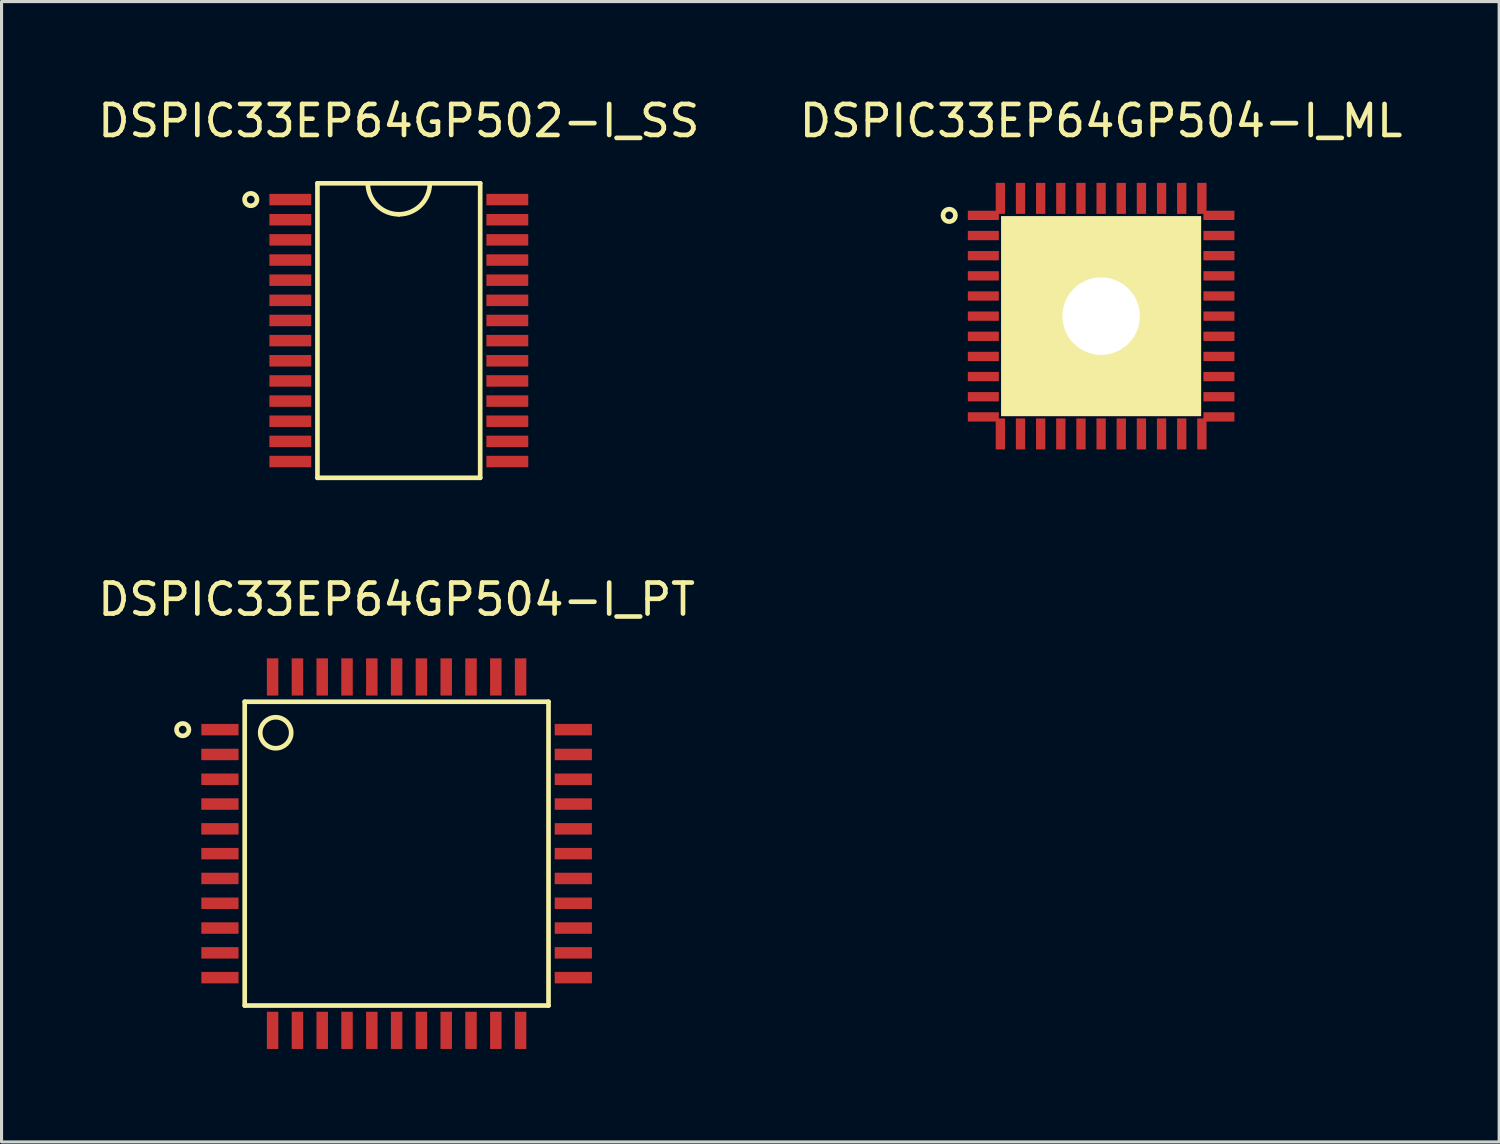
<source format=kicad_pcb>
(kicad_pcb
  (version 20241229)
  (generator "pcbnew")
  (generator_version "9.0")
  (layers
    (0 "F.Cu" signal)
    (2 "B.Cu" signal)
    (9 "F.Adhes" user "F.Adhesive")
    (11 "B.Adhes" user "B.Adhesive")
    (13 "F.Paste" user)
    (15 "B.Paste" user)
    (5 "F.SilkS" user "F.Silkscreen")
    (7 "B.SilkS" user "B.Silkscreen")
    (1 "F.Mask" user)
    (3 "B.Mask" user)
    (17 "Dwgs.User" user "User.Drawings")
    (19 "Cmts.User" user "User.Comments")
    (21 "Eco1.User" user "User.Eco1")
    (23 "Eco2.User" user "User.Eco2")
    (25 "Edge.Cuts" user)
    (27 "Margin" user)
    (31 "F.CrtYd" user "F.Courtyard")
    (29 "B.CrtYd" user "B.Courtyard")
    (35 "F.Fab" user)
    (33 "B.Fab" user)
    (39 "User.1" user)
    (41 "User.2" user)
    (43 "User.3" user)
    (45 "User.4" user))
  (footprint "DSPIC33EP64GP504-I_PT"
    (layer "F.Cu")
    (at 4.044 18.787)
    (property "Reference" "DSPIC33EP64GP504-I_PT" (at 5.7 -2.5 0) (layer "F.SilkS") (effects (font (size 1 1) (thickness 0.15))))
    (attr through_hole)
    (fp_line (start 0.8 0.8) (end 0.8 10.6) (stroke (width 0.15) (type solid)) (layer "F.SilkS"))
    (fp_line (start 0.8 0.8) (end 10.6 0.8) (stroke (width 0.15) (type solid)) (layer "F.SilkS"))
    (fp_line (start 0.8 10.6) (end 10.6 10.6) (stroke (width 0.15) (type solid)) (layer "F.SilkS"))
    (fp_line (start 10.6 10.6) (end 10.6 0.8) (stroke (width 0.15) (type solid)) (layer "F.SilkS"))
    (fp_circle (center -1.2 1.7) (end -1.2 1.5) (stroke (width 0.15) (type solid)) (fill no) (layer "F.SilkS"))
    (fp_circle (center 1.8 1.8) (end 1.8 1.3) (stroke (width 0.15) (type solid)) (fill no) (layer "F.SilkS"))
    (pad "1" smd rect (at 0 1.7) (size 1.2 0.37) (layers "F.Cu" "F.Mask" "F.Paste"))
    (pad "2" smd rect (at 0 2.5) (size 1.2 0.37) (layers "F.Cu" "F.Mask" "F.Paste"))
    (pad "3" smd rect (at 0 3.3) (size 1.2 0.37) (layers "F.Cu" "F.Mask" "F.Paste"))
    (pad "4" smd rect (at 0 4.1) (size 1.2 0.37) (layers "F.Cu" "F.Mask" "F.Paste"))
    (pad "5" smd rect (at 0 4.9) (size 1.2 0.37) (layers "F.Cu" "F.Mask" "F.Paste"))
    (pad "6" smd rect (at 0 5.7) (size 1.2 0.37) (layers "F.Cu" "F.Mask" "F.Paste"))
    (pad "7" smd rect (at 0 6.5) (size 1.2 0.37) (layers "F.Cu" "F.Mask" "F.Paste"))
    (pad "8" smd rect (at 0 7.3) (size 1.2 0.37) (layers "F.Cu" "F.Mask" "F.Paste"))
    (pad "9" smd rect (at 0 8.1) (size 1.2 0.37) (layers "F.Cu" "F.Mask" "F.Paste"))
    (pad "10" smd rect (at 0 8.9) (size 1.2 0.37) (layers "F.Cu" "F.Mask" "F.Paste"))
    (pad "11" smd rect (at 0 9.7) (size 1.2 0.37) (layers "F.Cu" "F.Mask" "F.Paste"))
    (pad "12" smd rect (at 1.7 11.4) (size 0.37 1.2) (layers "F.Cu" "F.Mask" "F.Paste"))
    (pad "13" smd rect (at 2.5 11.4) (size 0.37 1.2) (layers "F.Cu" "F.Mask" "F.Paste"))
    (pad "14" smd rect (at 3.3 11.4) (size 0.37 1.2) (layers "F.Cu" "F.Mask" "F.Paste"))
    (pad "15" smd rect (at 4.1 11.4) (size 0.37 1.2) (layers "F.Cu" "F.Mask" "F.Paste"))
    (pad "16" smd rect (at 4.9 11.4) (size 0.37 1.2) (layers "F.Cu" "F.Mask" "F.Paste"))
    (pad "17" smd rect (at 5.7 11.4) (size 0.37 1.2) (layers "F.Cu" "F.Mask" "F.Paste"))
    (pad "18" smd rect (at 6.5 11.4) (size 0.37 1.2) (layers "F.Cu" "F.Mask" "F.Paste"))
    (pad "19" smd rect (at 7.3 11.4) (size 0.37 1.2) (layers "F.Cu" "F.Mask" "F.Paste"))
    (pad "20" smd rect (at 8.1 11.4) (size 0.37 1.2) (layers "F.Cu" "F.Mask" "F.Paste"))
    (pad "21" smd rect (at 8.9 11.4) (size 0.37 1.2) (layers "F.Cu" "F.Mask" "F.Paste"))
    (pad "22" smd rect (at 9.7 11.4) (size 0.37 1.2) (layers "F.Cu" "F.Mask" "F.Paste"))
    (pad "23" smd rect (at 11.4 9.7) (size 1.2 0.37) (layers "F.Cu" "F.Mask" "F.Paste"))
    (pad "24" smd rect (at 11.4 8.9) (size 1.2 0.37) (layers "F.Cu" "F.Mask" "F.Paste"))
    (pad "25" smd rect (at 11.4 8.1) (size 1.2 0.37) (layers "F.Cu" "F.Mask" "F.Paste"))
    (pad "26" smd rect (at 11.4 7.3) (size 1.2 0.37) (layers "F.Cu" "F.Mask" "F.Paste"))
    (pad "27" smd rect (at 11.4 6.5) (size 1.2 0.37) (layers "F.Cu" "F.Mask" "F.Paste"))
    (pad "28" smd rect (at 11.4 5.7) (size 1.2 0.37) (layers "F.Cu" "F.Mask" "F.Paste"))
    (pad "29" smd rect (at 11.4 4.9) (size 1.2 0.37) (layers "F.Cu" "F.Mask" "F.Paste"))
    (pad "30" smd rect (at 11.4 4.1) (size 1.2 0.37) (layers "F.Cu" "F.Mask" "F.Paste"))
    (pad "31" smd rect (at 11.4 3.3) (size 1.2 0.37) (layers "F.Cu" "F.Mask" "F.Paste"))
    (pad "32" smd rect (at 11.4 2.5) (size 1.2 0.37) (layers "F.Cu" "F.Mask" "F.Paste"))
    (pad "33" smd rect (at 11.4 1.7) (size 1.2 0.37) (layers "F.Cu" "F.Mask" "F.Paste"))
    (pad "34" smd rect (at 9.7 0) (size 0.37 1.2) (layers "F.Cu" "F.Mask" "F.Paste"))
    (pad "35" smd rect (at 8.9 0) (size 0.37 1.2) (layers "F.Cu" "F.Mask" "F.Paste"))
    (pad "36" smd rect (at 8.1 0) (size 0.37 1.2) (layers "F.Cu" "F.Mask" "F.Paste"))
    (pad "37" smd rect (at 7.3 0) (size 0.37 1.2) (layers "F.Cu" "F.Mask" "F.Paste"))
    (pad "38" smd rect (at 6.5 0) (size 0.37 1.2) (layers "F.Cu" "F.Mask" "F.Paste"))
    (pad "39" smd rect (at 5.7 0) (size 0.37 1.2) (layers "F.Cu" "F.Mask" "F.Paste"))
    (pad "40" smd rect (at 4.9 0) (size 0.37 1.2) (layers "F.Cu" "F.Mask" "F.Paste"))
    (pad "41" smd rect (at 4.1 0) (size 0.37 1.2) (layers "F.Cu" "F.Mask" "F.Paste"))
    (pad "42" smd rect (at 3.3 0) (size 0.37 1.2) (layers "F.Cu" "F.Mask" "F.Paste"))
    (pad "43" smd rect (at 2.5 0) (size 0.37 1.2) (layers "F.Cu" "F.Mask" "F.Paste"))
    (pad "44" smd rect (at 1.7 0) (size 0.37 1.2) (layers "F.Cu" "F.Mask" "F.Paste")))
  (footprint "DSPIC33EP64GP502-I_SS"
    (layer "F.Cu")
    (at 6.315 3.388)
    (property "Reference" "DSPIC33EP64GP502-I_SS" (at 3.5 -2.54 0) (layer "F.SilkS") (effects (font (size 1 1) (thickness 0.15))))
    (attr through_hole)
    (fp_line (start 0.875 -0.525) (end 6.125 -0.525) (stroke (width 0.15) (type solid)) (layer "F.SilkS"))
    (fp_line (start 0.875 8.975) (end 0.875 -0.525) (stroke (width 0.15) (type solid)) (layer "F.SilkS"))
    (fp_line (start 6.125 -0.525) (end 6.125 8.975) (stroke (width 0.15) (type solid)) (layer "F.SilkS"))
    (fp_line (start 6.125 8.975) (end 0.875 8.975) (stroke (width 0.15) (type solid)) (layer "F.SilkS"))
    (fp_arc (start 3.5 0.475) (mid 2.792893 0.182107) (end 2.5 -0.525) (stroke (width 0.15) (type solid)) (layer "F.SilkS"))
    (fp_arc (start 4.5 -0.525) (mid 4.207107 0.182107) (end 3.5 0.475) (stroke (width 0.15) (type solid)) (layer "F.SilkS"))
    (fp_circle (center -1.275 0) (end -1.275 0.2) (stroke (width 0.15) (type solid)) (fill no) (layer "F.SilkS"))
    (pad "1" smd rect (at 0 0) (size 1.35 0.37) (layers "F.Cu" "F.Mask" "F.Paste"))
    (pad "2" smd rect (at 0 0.65) (size 1.35 0.37) (layers "F.Cu" "F.Mask" "F.Paste"))
    (pad "3" smd rect (at 0 1.3) (size 1.35 0.37) (layers "F.Cu" "F.Mask" "F.Paste"))
    (pad "4" smd rect (at 0 1.95) (size 1.35 0.37) (layers "F.Cu" "F.Mask" "F.Paste"))
    (pad "5" smd rect (at 0 2.6) (size 1.35 0.37) (layers "F.Cu" "F.Mask" "F.Paste"))
    (pad "6" smd rect (at 0 3.25) (size 1.35 0.37) (layers "F.Cu" "F.Mask" "F.Paste"))
    (pad "7" smd rect (at 0 3.9) (size 1.35 0.37) (layers "F.Cu" "F.Mask" "F.Paste"))
    (pad "8" smd rect (at 0 4.55) (size 1.35 0.37) (layers "F.Cu" "F.Mask" "F.Paste"))
    (pad "9" smd rect (at 0 5.2) (size 1.35 0.37) (layers "F.Cu" "F.Mask" "F.Paste"))
    (pad "10" smd rect (at 0 5.85) (size 1.35 0.37) (layers "F.Cu" "F.Mask" "F.Paste"))
    (pad "11" smd rect (at 0 6.5) (size 1.35 0.37) (layers "F.Cu" "F.Mask" "F.Paste"))
    (pad "12" smd rect (at 0 7.15) (size 1.35 0.37) (layers "F.Cu" "F.Mask" "F.Paste"))
    (pad "13" smd rect (at 0 7.8) (size 1.35 0.37) (layers "F.Cu" "F.Mask" "F.Paste"))
    (pad "14" smd rect (at 0 8.45) (size 1.35 0.37) (layers "F.Cu" "F.Mask" "F.Paste"))
    (pad "15" smd rect (at 7 8.45) (size 1.35 0.37) (layers "F.Cu" "F.Mask" "F.Paste"))
    (pad "16" smd rect (at 7 7.8) (size 1.35 0.37) (layers "F.Cu" "F.Mask" "F.Paste"))
    (pad "17" smd rect (at 7 7.15) (size 1.35 0.37) (layers "F.Cu" "F.Mask" "F.Paste"))
    (pad "18" smd rect (at 7 6.5) (size 1.35 0.37) (layers "F.Cu" "F.Mask" "F.Paste"))
    (pad "19" smd rect (at 7 5.85) (size 1.35 0.37) (layers "F.Cu" "F.Mask" "F.Paste"))
    (pad "20" smd rect (at 7 5.2) (size 1.35 0.37) (layers "F.Cu" "F.Mask" "F.Paste"))
    (pad "21" smd rect (at 7 4.55) (size 1.35 0.37) (layers "F.Cu" "F.Mask" "F.Paste"))
    (pad "22" smd rect (at 7 3.9) (size 1.35 0.37) (layers "F.Cu" "F.Mask" "F.Paste"))
    (pad "23" smd rect (at 7 3.25) (size 1.35 0.37) (layers "F.Cu" "F.Mask" "F.Paste"))
    (pad "24" smd rect (at 7 2.6) (size 1.35 0.37) (layers "F.Cu" "F.Mask" "F.Paste"))
    (pad "25" smd rect (at 7 1.95) (size 1.35 0.37) (layers "F.Cu" "F.Mask" "F.Paste"))
    (pad "26" smd rect (at 7 1.3) (size 1.35 0.37) (layers "F.Cu" "F.Mask" "F.Paste"))
    (pad "27" smd rect (at 7 0.65) (size 1.35 0.37) (layers "F.Cu" "F.Mask" "F.Paste"))
    (pad "28" smd rect (at 7 0) (size 1.35 0.37) (layers "F.Cu" "F.Mask" "F.Paste")))
  (footprint "DSPIC33EP64GP504-I_ML"
    (layer "F.Cu")
    (at 28.67 3.348)
    (property "Reference" "DSPIC33EP64GP504-I_ML" (at 3.8 -2.5 0) (layer "F.SilkS") (effects (font (size 1 1) (thickness 0.15))))
    (attr through_hole)
    (fp_line (start 0.7 0.7) (end 0.7 6.9) (stroke (width 0.15) (type solid)) (layer "F.SilkS"))
    (fp_line (start 0.7 0.7) (end 6.9 0.7) (stroke (width 0.15) (type solid)) (layer "F.SilkS"))
    (fp_line (start 0.7 6.9) (end 6.9 6.9) (stroke (width 0.15) (type solid)) (layer "F.SilkS"))
    (fp_line (start 6.9 6.9) (end 6.9 0.7) (stroke (width 0.15) (type solid)) (layer "F.SilkS"))
    (fp_circle (center -1.1 0.55) (end -1.1 0.35) (stroke (width 0.15) (type solid)) (fill no) (layer "F.SilkS"))
    (fp_circle (center 1.7 1.7) (end 1.7 1.2) (stroke (width 0.15) (type solid)) (fill no) (layer "F.SilkS"))
    (pad "1" smd rect (at 0 0.55) (size 1 0.3) (layers "F.Cu" "F.Mask" "F.Paste"))
    (pad "2" smd rect (at 0 1.2) (size 1 0.3) (layers "F.Cu" "F.Mask" "F.Paste"))
    (pad "3" smd rect (at 0 1.85) (size 1 0.3) (layers "F.Cu" "F.Mask" "F.Paste"))
    (pad "4" smd rect (at 0 2.5) (size 1 0.3) (layers "F.Cu" "F.Mask" "F.Paste"))
    (pad "5" smd rect (at 0 3.15) (size 1 0.3) (layers "F.Cu" "F.Mask" "F.Paste"))
    (pad "6" smd rect (at 0 3.8) (size 1 0.3) (layers "F.Cu" "F.Mask" "F.Paste"))
    (pad "7" smd rect (at 0 4.45) (size 1 0.3) (layers "F.Cu" "F.Mask" "F.Paste"))
    (pad "8" smd rect (at 0 5.1) (size 1 0.3) (layers "F.Cu" "F.Mask" "F.Paste"))
    (pad "9" smd rect (at 0 5.75) (size 1 0.3) (layers "F.Cu" "F.Mask" "F.Paste"))
    (pad "10" smd rect (at 0 6.4) (size 1 0.3) (layers "F.Cu" "F.Mask" "F.Paste"))
    (pad "11" smd rect (at 0 7.05) (size 1 0.3) (layers "F.Cu" "F.Mask" "F.Paste"))
    (pad "12" smd rect (at 0.55 7.6) (size 0.3 1) (layers "F.Cu" "F.Mask" "F.Paste"))
    (pad "13" smd rect (at 1.2 7.6) (size 0.3 1) (layers "F.Cu" "F.Mask" "F.Paste"))
    (pad "14" smd rect (at 1.85 7.6) (size 0.3 1) (layers "F.Cu" "F.Mask" "F.Paste"))
    (pad "15" smd rect (at 2.5 7.6) (size 0.3 1) (layers "F.Cu" "F.Mask" "F.Paste"))
    (pad "16" smd rect (at 3.15 7.6) (size 0.3 1) (layers "F.Cu" "F.Mask" "F.Paste"))
    (pad "17" smd rect (at 3.8 7.6) (size 0.3 1) (layers "F.Cu" "F.Mask" "F.Paste"))
    (pad "18" smd rect (at 4.45 7.6) (size 0.3 1) (layers "F.Cu" "F.Mask" "F.Paste"))
    (pad "19" smd rect (at 5.1 7.6) (size 0.3 1) (layers "F.Cu" "F.Mask" "F.Paste"))
    (pad "20" smd rect (at 5.75 7.6) (size 0.3 1) (layers "F.Cu" "F.Mask" "F.Paste"))
    (pad "21" smd rect (at 6.4 7.6) (size 0.3 1) (layers "F.Cu" "F.Mask" "F.Paste"))
    (pad "22" smd rect (at 7.05 7.6) (size 0.3 1) (layers "F.Cu" "F.Mask" "F.Paste"))
    (pad "23" smd rect (at 7.6 7.05) (size 1 0.3) (layers "F.Cu" "F.Mask" "F.Paste"))
    (pad "24" smd rect (at 7.6 6.4) (size 1 0.3) (layers "F.Cu" "F.Mask" "F.Paste"))
    (pad "25" smd rect (at 7.6 5.75) (size 1 0.3) (layers "F.Cu" "F.Mask" "F.Paste"))
    (pad "26" smd rect (at 7.6 5.1) (size 1 0.3) (layers "F.Cu" "F.Mask" "F.Paste"))
    (pad "27" smd rect (at 7.6 4.45) (size 1 0.3) (layers "F.Cu" "F.Mask" "F.Paste"))
    (pad "28" smd rect (at 7.6 3.8) (size 1 0.3) (layers "F.Cu" "F.Mask" "F.Paste"))
    (pad "29" smd rect (at 7.6 3.15) (size 1 0.3) (layers "F.Cu" "F.Mask" "F.Paste"))
    (pad "30" smd rect (at 7.6 2.5) (size 1 0.3) (layers "F.Cu" "F.Mask" "F.Paste"))
    (pad "31" smd rect (at 7.6 1.85) (size 1 0.3) (layers "F.Cu" "F.Mask" "F.Paste"))
    (pad "32" smd rect (at 7.6 1.2) (size 1 0.3) (layers "F.Cu" "F.Mask" "F.Paste"))
    (pad "33" smd rect (at 7.6 0.55) (size 1 0.3) (layers "F.Cu" "F.Mask" "F.Paste"))
    (pad "34" smd rect (at 7.05 0) (size 0.3 1) (layers "F.Cu" "F.Mask" "F.Paste"))
    (pad "35" smd rect (at 6.4 0) (size 0.3 1) (layers "F.Cu" "F.Mask" "F.Paste"))
    (pad "36" smd rect (at 5.75 0) (size 0.3 1) (layers "F.Cu" "F.Mask" "F.Paste"))
    (pad "37" smd rect (at 5.1 0) (size 0.3 1) (layers "F.Cu" "F.Mask" "F.Paste"))
    (pad "38" smd rect (at 4.45 0) (size 0.3 1) (layers "F.Cu" "F.Mask" "F.Paste"))
    (pad "39" smd rect (at 3.8 0) (size 0.3 1) (layers "F.Cu" "F.Mask" "F.Paste"))
    (pad "40" smd rect (at 3.15 0) (size 0.3 1) (layers "F.Cu" "F.Mask" "F.Paste"))
    (pad "41" smd rect (at 2.5 0) (size 0.3 1) (layers "F.Cu" "F.Mask" "F.Paste"))
    (pad "42" smd rect (at 1.85 0) (size 0.3 1) (layers "F.Cu" "F.Mask" "F.Paste"))
    (pad "43" smd rect (at 1.2 0) (size 0.3 1) (layers "F.Cu" "F.Mask" "F.Paste"))
    (pad "44" smd rect (at 0.55 0) (size 0.3 1) (layers "F.Cu" "F.Mask" "F.Paste"))
    (pad "999" thru_hole rect (at 3.8 3.8) (size 6.45 6.45) (drill 2.5) (layers "*.Cu" "*.Mask" "F.SilkS")))
  (gr_rect
    (start -3 -3)
    (end 45.31 33.786)
    (stroke (width 0.1) (type default))
    (fill no)
    (layer "Edge.Cuts")))
</source>
